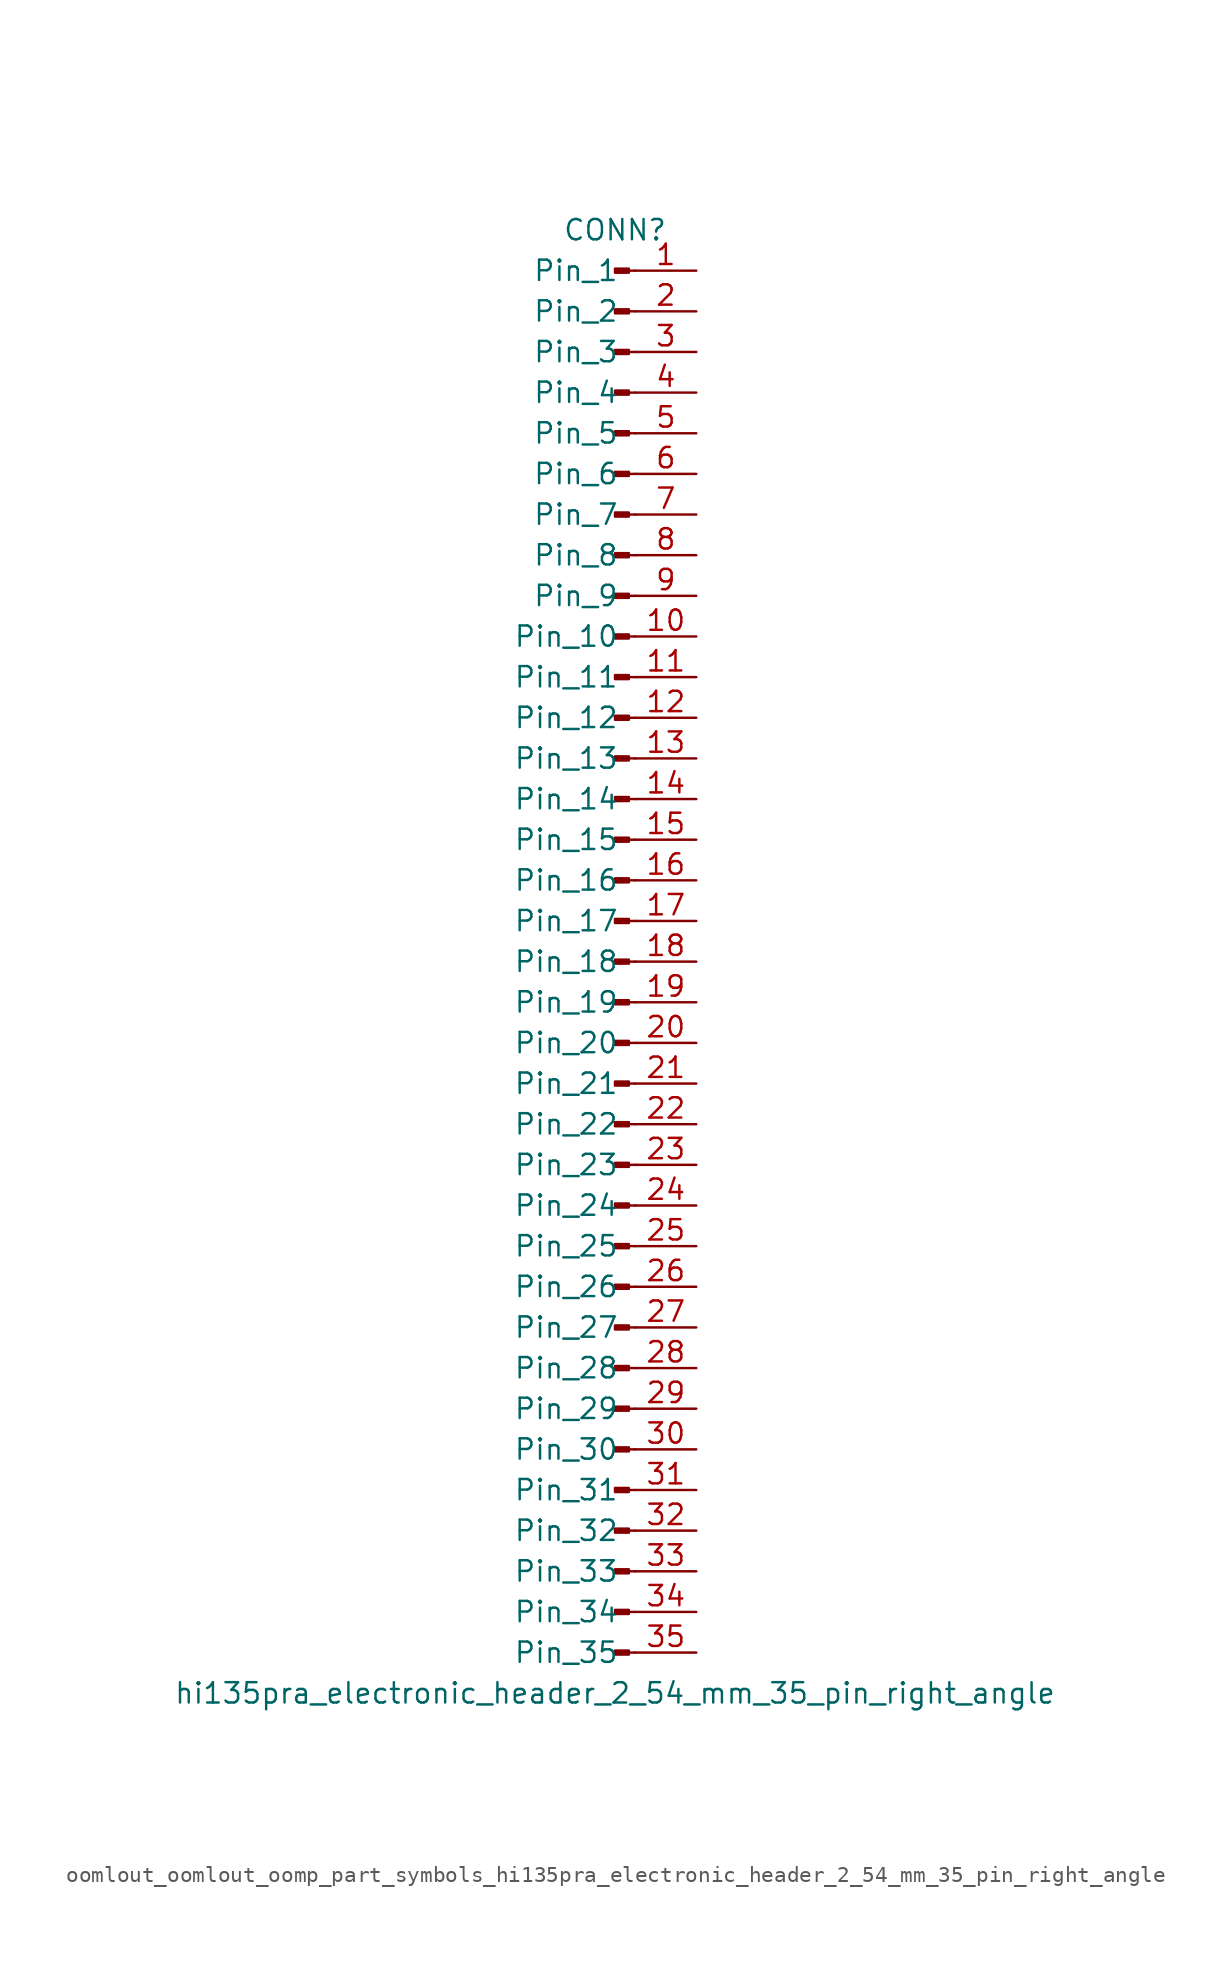
<source format=kicad_sym>
(kicad_symbol_lib
  (version 20220914)
  (generator kicad_symbol_editor)
  (symbol "oomlout_oomlout_oomp_part_symbols_hi135pra_electronic_header_2_54_mm_35_pin_right_angle"
    (pin_names
      (offset 1.016))
    (property "Reference" "CONN"
      (at 0 45.72 0)
      (effects (font (size 1.27 1.27))))
    (property "Value" "hi135pra_electronic_header_2_54_mm_35_pin_right_angle"
      (at 0 -45.72 0)
      (effects (font (size 1.27 1.27))))
    (property "ki_locked" ""
      (at 0 0 0)
      (effects (font (size 1.27 1.27))))
    (symbol "oomlout_oomlout_oomp_part_symbols_hi135pra_electronic_header_2_54_mm_35_pin_right_angle_1_1"
      (polyline (pts (xy 1.27 -43.18) (xy 0.864 -43.18)) (stroke (width 0.152) (type default)) (fill (type none)))
      (polyline (pts (xy 1.27 -40.64) (xy 0.864 -40.64)) (stroke (width 0.152) (type default)) (fill (type none)))
      (polyline (pts (xy 1.27 -38.1) (xy 0.864 -38.1)) (stroke (width 0.152) (type default)) (fill (type none)))
      (polyline (pts (xy 1.27 -35.56) (xy 0.864 -35.56)) (stroke (width 0.152) (type default)) (fill (type none)))
      (polyline (pts (xy 1.27 -33.02) (xy 0.864 -33.02)) (stroke (width 0.152) (type default)) (fill (type none)))
      (polyline (pts (xy 1.27 -30.48) (xy 0.864 -30.48)) (stroke (width 0.152) (type default)) (fill (type none)))
      (polyline (pts (xy 1.27 -27.94) (xy 0.864 -27.94)) (stroke (width 0.152) (type default)) (fill (type none)))
      (polyline (pts (xy 1.27 -25.4) (xy 0.864 -25.4)) (stroke (width 0.152) (type default)) (fill (type none)))
      (polyline (pts (xy 1.27 -22.86) (xy 0.864 -22.86)) (stroke (width 0.152) (type default)) (fill (type none)))
      (polyline (pts (xy 1.27 -20.32) (xy 0.864 -20.32)) (stroke (width 0.152) (type default)) (fill (type none)))
      (polyline (pts (xy 1.27 -17.78) (xy 0.864 -17.78)) (stroke (width 0.152) (type default)) (fill (type none)))
      (polyline (pts (xy 1.27 -15.24) (xy 0.864 -15.24)) (stroke (width 0.152) (type default)) (fill (type none)))
      (polyline (pts (xy 1.27 -12.7) (xy 0.864 -12.7)) (stroke (width 0.152) (type default)) (fill (type none)))
      (polyline (pts (xy 1.27 -10.16) (xy 0.864 -10.16)) (stroke (width 0.152) (type default)) (fill (type none)))
      (polyline (pts (xy 1.27 -7.62) (xy 0.864 -7.62)) (stroke (width 0.152) (type default)) (fill (type none)))
      (polyline (pts (xy 1.27 -5.08) (xy 0.864 -5.08)) (stroke (width 0.152) (type default)) (fill (type none)))
      (polyline (pts (xy 1.27 -2.54) (xy 0.864 -2.54)) (stroke (width 0.152) (type default)) (fill (type none)))
      (polyline (pts (xy 1.27 0) (xy 0.864 0)) (stroke (width 0.152) (type default)) (fill (type none)))
      (polyline (pts (xy 1.27 2.54) (xy 0.864 2.54)) (stroke (width 0.152) (type default)) (fill (type none)))
      (polyline (pts (xy 1.27 5.08) (xy 0.864 5.08)) (stroke (width 0.152) (type default)) (fill (type none)))
      (polyline (pts (xy 1.27 7.62) (xy 0.864 7.62)) (stroke (width 0.152) (type default)) (fill (type none)))
      (polyline (pts (xy 1.27 10.16) (xy 0.864 10.16)) (stroke (width 0.152) (type default)) (fill (type none)))
      (polyline (pts (xy 1.27 12.7) (xy 0.864 12.7)) (stroke (width 0.152) (type default)) (fill (type none)))
      (polyline (pts (xy 1.27 15.24) (xy 0.864 15.24)) (stroke (width 0.152) (type default)) (fill (type none)))
      (polyline (pts (xy 1.27 17.78) (xy 0.864 17.78)) (stroke (width 0.152) (type default)) (fill (type none)))
      (polyline (pts (xy 1.27 20.32) (xy 0.864 20.32)) (stroke (width 0.152) (type default)) (fill (type none)))
      (polyline (pts (xy 1.27 22.86) (xy 0.864 22.86)) (stroke (width 0.152) (type default)) (fill (type none)))
      (polyline (pts (xy 1.27 25.4) (xy 0.864 25.4)) (stroke (width 0.152) (type default)) (fill (type none)))
      (polyline (pts (xy 1.27 27.94) (xy 0.864 27.94)) (stroke (width 0.152) (type default)) (fill (type none)))
      (polyline (pts (xy 1.27 30.48) (xy 0.864 30.48)) (stroke (width 0.152) (type default)) (fill (type none)))
      (polyline (pts (xy 1.27 33.02) (xy 0.864 33.02)) (stroke (width 0.152) (type default)) (fill (type none)))
      (polyline (pts (xy 1.27 35.56) (xy 0.864 35.56)) (stroke (width 0.152) (type default)) (fill (type none)))
      (polyline (pts (xy 1.27 38.1) (xy 0.864 38.1)) (stroke (width 0.152) (type default)) (fill (type none)))
      (polyline (pts (xy 1.27 40.64) (xy 0.864 40.64)) (stroke (width 0.152) (type default)) (fill (type none)))
      (polyline (pts (xy 1.27 43.18) (xy 0.864 43.18)) (stroke (width 0.152) (type default)) (fill (type none)))
      (rectangle (start 0.864 -43.053) (end 0 -43.307) (stroke (width 0.152) (type default)) (fill (type outline)))
      (rectangle (start 0.864 -40.513) (end 0 -40.767) (stroke (width 0.152) (type default)) (fill (type outline)))
      (rectangle (start 0.864 -37.973) (end 0 -38.227) (stroke (width 0.152) (type default)) (fill (type outline)))
      (rectangle (start 0.864 -35.433) (end 0 -35.687) (stroke (width 0.152) (type default)) (fill (type outline)))
      (rectangle (start 0.864 -32.893) (end 0 -33.147) (stroke (width 0.152) (type default)) (fill (type outline)))
      (rectangle (start 0.864 -30.353) (end 0 -30.607) (stroke (width 0.152) (type default)) (fill (type outline)))
      (rectangle (start 0.864 -27.813) (end 0 -28.067) (stroke (width 0.152) (type default)) (fill (type outline)))
      (rectangle (start 0.864 -25.273) (end 0 -25.527) (stroke (width 0.152) (type default)) (fill (type outline)))
      (rectangle (start 0.864 -22.733) (end 0 -22.987) (stroke (width 0.152) (type default)) (fill (type outline)))
      (rectangle (start 0.864 -20.193) (end 0 -20.447) (stroke (width 0.152) (type default)) (fill (type outline)))
      (rectangle (start 0.864 -17.653) (end 0 -17.907) (stroke (width 0.152) (type default)) (fill (type outline)))
      (rectangle (start 0.864 -15.113) (end 0 -15.367) (stroke (width 0.152) (type default)) (fill (type outline)))
      (rectangle (start 0.864 -12.573) (end 0 -12.827) (stroke (width 0.152) (type default)) (fill (type outline)))
      (rectangle (start 0.864 -10.033) (end 0 -10.287) (stroke (width 0.152) (type default)) (fill (type outline)))
      (rectangle (start 0.864 -7.493) (end 0 -7.747) (stroke (width 0.152) (type default)) (fill (type outline)))
      (rectangle (start 0.864 -4.953) (end 0 -5.207) (stroke (width 0.152) (type default)) (fill (type outline)))
      (rectangle (start 0.864 -2.413) (end 0 -2.667) (stroke (width 0.152) (type default)) (fill (type outline)))
      (rectangle (start 0.864 0.127) (end 0 -0.127) (stroke (width 0.152) (type default)) (fill (type outline)))
      (rectangle (start 0.864 2.667) (end 0 2.413) (stroke (width 0.152) (type default)) (fill (type outline)))
      (rectangle (start 0.864 5.207) (end 0 4.953) (stroke (width 0.152) (type default)) (fill (type outline)))
      (rectangle (start 0.864 7.747) (end 0 7.493) (stroke (width 0.152) (type default)) (fill (type outline)))
      (rectangle (start 0.864 10.287) (end 0 10.033) (stroke (width 0.152) (type default)) (fill (type outline)))
      (rectangle (start 0.864 12.827) (end 0 12.573) (stroke (width 0.152) (type default)) (fill (type outline)))
      (rectangle (start 0.864 15.367) (end 0 15.113) (stroke (width 0.152) (type default)) (fill (type outline)))
      (rectangle (start 0.864 17.907) (end 0 17.653) (stroke (width 0.152) (type default)) (fill (type outline)))
      (rectangle (start 0.864 20.447) (end 0 20.193) (stroke (width 0.152) (type default)) (fill (type outline)))
      (rectangle (start 0.864 22.987) (end 0 22.733) (stroke (width 0.152) (type default)) (fill (type outline)))
      (rectangle (start 0.864 25.527) (end 0 25.273) (stroke (width 0.152) (type default)) (fill (type outline)))
      (rectangle (start 0.864 28.067) (end 0 27.813) (stroke (width 0.152) (type default)) (fill (type outline)))
      (rectangle (start 0.864 30.607) (end 0 30.353) (stroke (width 0.152) (type default)) (fill (type outline)))
      (rectangle (start 0.864 33.147) (end 0 32.893) (stroke (width 0.152) (type default)) (fill (type outline)))
      (rectangle (start 0.864 35.687) (end 0 35.433) (stroke (width 0.152) (type default)) (fill (type outline)))
      (rectangle (start 0.864 38.227) (end 0 37.973) (stroke (width 0.152) (type default)) (fill (type outline)))
      (rectangle (start 0.864 40.767) (end 0 40.513) (stroke (width 0.152) (type default)) (fill (type outline)))
      (rectangle (start 0.864 43.307) (end 0 43.053) (stroke (width 0.152) (type default)) (fill (type outline)))
      (pin passive line (at 5.08 43.18 180) (length 3.81) (name "Pin_1" (effects (font (size 1.27 1.27)))) (number "1" (effects (font (size 1.27 1.27)))))
      (pin passive line (at 5.08 20.32 180) (length 3.81) (name "Pin_10" (effects (font (size 1.27 1.27)))) (number "10" (effects (font (size 1.27 1.27)))))
      (pin passive line (at 5.08 17.78 180) (length 3.81) (name "Pin_11" (effects (font (size 1.27 1.27)))) (number "11" (effects (font (size 1.27 1.27)))))
      (pin passive line (at 5.08 15.24 180) (length 3.81) (name "Pin_12" (effects (font (size 1.27 1.27)))) (number "12" (effects (font (size 1.27 1.27)))))
      (pin passive line (at 5.08 12.7 180) (length 3.81) (name "Pin_13" (effects (font (size 1.27 1.27)))) (number "13" (effects (font (size 1.27 1.27)))))
      (pin passive line (at 5.08 10.16 180) (length 3.81) (name "Pin_14" (effects (font (size 1.27 1.27)))) (number "14" (effects (font (size 1.27 1.27)))))
      (pin passive line (at 5.08 7.62 180) (length 3.81) (name "Pin_15" (effects (font (size 1.27 1.27)))) (number "15" (effects (font (size 1.27 1.27)))))
      (pin passive line (at 5.08 5.08 180) (length 3.81) (name "Pin_16" (effects (font (size 1.27 1.27)))) (number "16" (effects (font (size 1.27 1.27)))))
      (pin passive line (at 5.08 2.54 180) (length 3.81) (name "Pin_17" (effects (font (size 1.27 1.27)))) (number "17" (effects (font (size 1.27 1.27)))))
      (pin passive line (at 5.08 0 180) (length 3.81) (name "Pin_18" (effects (font (size 1.27 1.27)))) (number "18" (effects (font (size 1.27 1.27)))))
      (pin passive line (at 5.08 -2.54 180) (length 3.81) (name "Pin_19" (effects (font (size 1.27 1.27)))) (number "19" (effects (font (size 1.27 1.27)))))
      (pin passive line (at 5.08 40.64 180) (length 3.81) (name "Pin_2" (effects (font (size 1.27 1.27)))) (number "2" (effects (font (size 1.27 1.27)))))
      (pin passive line (at 5.08 -5.08 180) (length 3.81) (name "Pin_20" (effects (font (size 1.27 1.27)))) (number "20" (effects (font (size 1.27 1.27)))))
      (pin passive line (at 5.08 -7.62 180) (length 3.81) (name "Pin_21" (effects (font (size 1.27 1.27)))) (number "21" (effects (font (size 1.27 1.27)))))
      (pin passive line (at 5.08 -10.16 180) (length 3.81) (name "Pin_22" (effects (font (size 1.27 1.27)))) (number "22" (effects (font (size 1.27 1.27)))))
      (pin passive line (at 5.08 -12.7 180) (length 3.81) (name "Pin_23" (effects (font (size 1.27 1.27)))) (number "23" (effects (font (size 1.27 1.27)))))
      (pin passive line (at 5.08 -15.24 180) (length 3.81) (name "Pin_24" (effects (font (size 1.27 1.27)))) (number "24" (effects (font (size 1.27 1.27)))))
      (pin passive line (at 5.08 -17.78 180) (length 3.81) (name "Pin_25" (effects (font (size 1.27 1.27)))) (number "25" (effects (font (size 1.27 1.27)))))
      (pin passive line (at 5.08 -20.32 180) (length 3.81) (name "Pin_26" (effects (font (size 1.27 1.27)))) (number "26" (effects (font (size 1.27 1.27)))))
      (pin passive line (at 5.08 -22.86 180) (length 3.81) (name "Pin_27" (effects (font (size 1.27 1.27)))) (number "27" (effects (font (size 1.27 1.27)))))
      (pin passive line (at 5.08 -25.4 180) (length 3.81) (name "Pin_28" (effects (font (size 1.27 1.27)))) (number "28" (effects (font (size 1.27 1.27)))))
      (pin passive line (at 5.08 -27.94 180) (length 3.81) (name "Pin_29" (effects (font (size 1.27 1.27)))) (number "29" (effects (font (size 1.27 1.27)))))
      (pin passive line (at 5.08 38.1 180) (length 3.81) (name "Pin_3" (effects (font (size 1.27 1.27)))) (number "3" (effects (font (size 1.27 1.27)))))
      (pin passive line (at 5.08 -30.48 180) (length 3.81) (name "Pin_30" (effects (font (size 1.27 1.27)))) (number "30" (effects (font (size 1.27 1.27)))))
      (pin passive line (at 5.08 -33.02 180) (length 3.81) (name "Pin_31" (effects (font (size 1.27 1.27)))) (number "31" (effects (font (size 1.27 1.27)))))
      (pin passive line (at 5.08 -35.56 180) (length 3.81) (name "Pin_32" (effects (font (size 1.27 1.27)))) (number "32" (effects (font (size 1.27 1.27)))))
      (pin passive line (at 5.08 -38.1 180) (length 3.81) (name "Pin_33" (effects (font (size 1.27 1.27)))) (number "33" (effects (font (size 1.27 1.27)))))
      (pin passive line (at 5.08 -40.64 180) (length 3.81) (name "Pin_34" (effects (font (size 1.27 1.27)))) (number "34" (effects (font (size 1.27 1.27)))))
      (pin passive line (at 5.08 -43.18 180) (length 3.81) (name "Pin_35" (effects (font (size 1.27 1.27)))) (number "35" (effects (font (size 1.27 1.27)))))
      (pin passive line (at 5.08 35.56 180) (length 3.81) (name "Pin_4" (effects (font (size 1.27 1.27)))) (number "4" (effects (font (size 1.27 1.27)))))
      (pin passive line (at 5.08 33.02 180) (length 3.81) (name "Pin_5" (effects (font (size 1.27 1.27)))) (number "5" (effects (font (size 1.27 1.27)))))
      (pin passive line (at 5.08 30.48 180) (length 3.81) (name "Pin_6" (effects (font (size 1.27 1.27)))) (number "6" (effects (font (size 1.27 1.27)))))
      (pin passive line (at 5.08 27.94 180) (length 3.81) (name "Pin_7" (effects (font (size 1.27 1.27)))) (number "7" (effects (font (size 1.27 1.27)))))
      (pin passive line (at 5.08 25.4 180) (length 3.81) (name "Pin_8" (effects (font (size 1.27 1.27)))) (number "8" (effects (font (size 1.27 1.27)))))
      (pin passive line (at 5.08 22.86 180) (length 3.81) (name "Pin_9" (effects (font (size 1.27 1.27)))) (number "9" (effects (font (size 1.27 1.27))))))))
</source>
